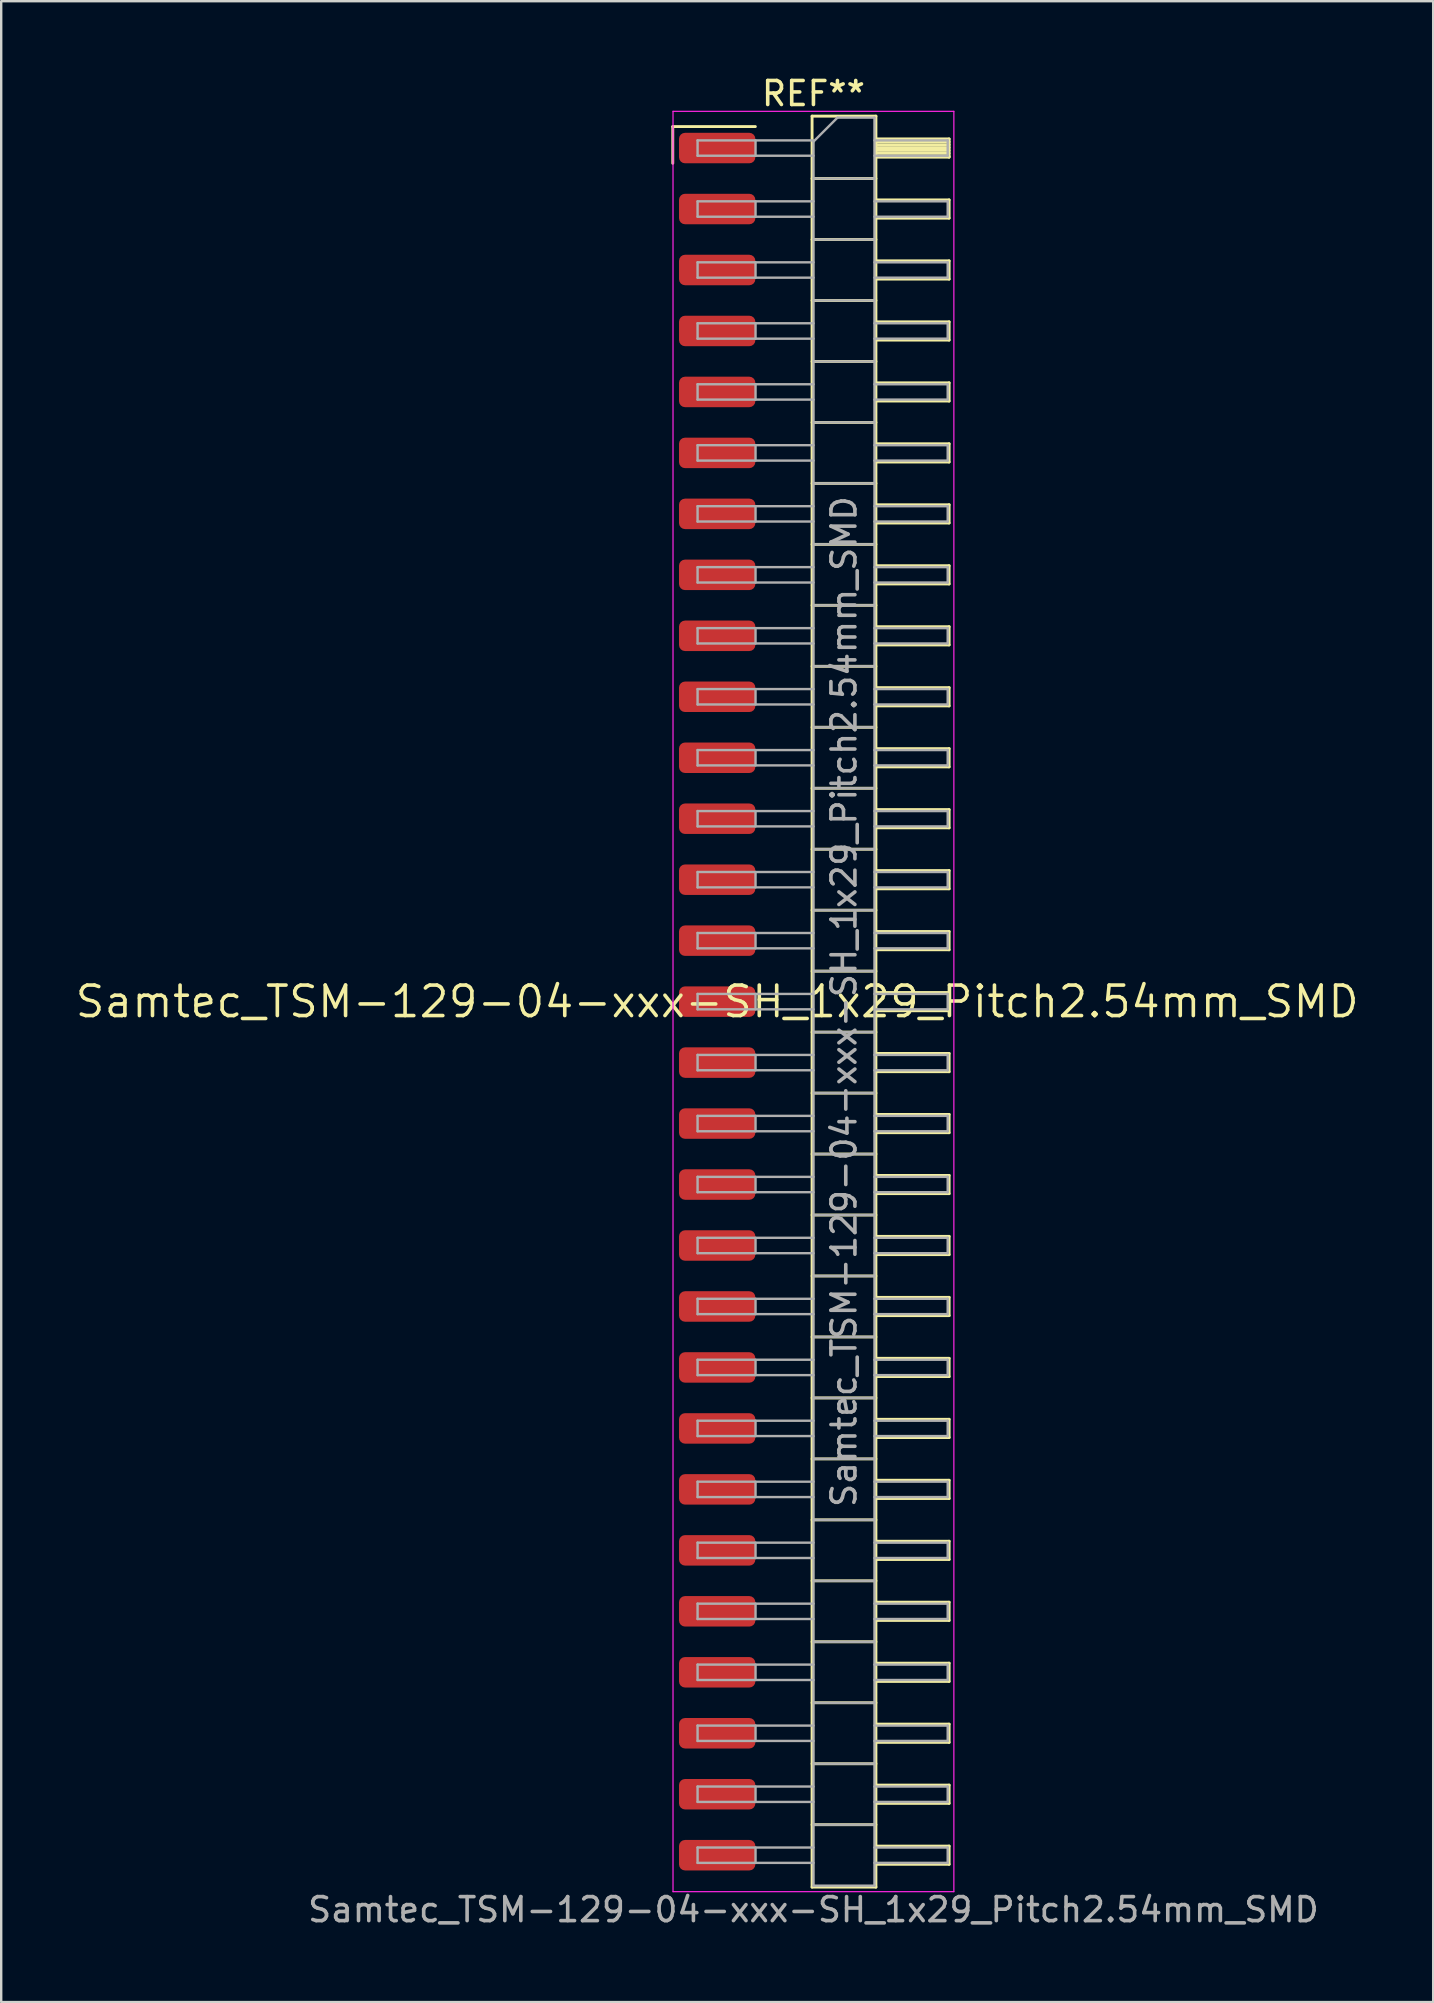
<source format=kicad_pcb>
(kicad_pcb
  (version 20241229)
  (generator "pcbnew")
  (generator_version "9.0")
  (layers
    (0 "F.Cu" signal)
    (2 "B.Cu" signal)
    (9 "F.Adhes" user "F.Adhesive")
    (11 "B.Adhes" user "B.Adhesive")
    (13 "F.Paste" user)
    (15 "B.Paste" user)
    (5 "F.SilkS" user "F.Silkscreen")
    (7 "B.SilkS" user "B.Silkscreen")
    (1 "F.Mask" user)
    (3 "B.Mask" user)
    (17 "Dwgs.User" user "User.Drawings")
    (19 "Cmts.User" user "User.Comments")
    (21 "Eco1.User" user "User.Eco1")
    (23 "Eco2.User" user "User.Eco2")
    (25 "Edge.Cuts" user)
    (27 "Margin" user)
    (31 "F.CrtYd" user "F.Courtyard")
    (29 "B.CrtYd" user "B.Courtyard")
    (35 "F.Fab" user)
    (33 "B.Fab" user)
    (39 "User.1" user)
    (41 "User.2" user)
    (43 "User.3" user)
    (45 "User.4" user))
  (footprint "Samtec_TSM-129-04-xxx-SH_1x29_Pitch2.54mm_SMD"
    (layer "F.Cu")
    (at 26.828 38.678)
    (property "Reference" "Samtec_TSM-129-04-xxx-SH_1x29_Pitch2.54mm_SMD" (at 0 0 0) (layer "F.SilkS") (effects (font (size 1.27 1.27) (thickness 0.15))))
    (attr smd)
    (fp_line (start -1.85 -36.455) (end 1.59 -36.455) (stroke (width 0.12) (type solid)) (layer "F.SilkS"))
    (fp_line (start -1.85 -34.925) (end -1.85 -36.455) (stroke (width 0.12) (type solid)) (layer "F.SilkS"))
    (fp_line (start 3.953 -36.89) (end 6.613 -36.89) (stroke (width 0.12) (type solid)) (layer "F.SilkS"))
    (fp_line (start 3.953 -34.29) (end 6.613 -34.29) (stroke (width 0.12) (type solid)) (layer "F.SilkS"))
    (fp_line (start 3.953 -31.75) (end 6.613 -31.75) (stroke (width 0.12) (type solid)) (layer "F.SilkS"))
    (fp_line (start 3.953 -29.21) (end 6.613 -29.21) (stroke (width 0.12) (type solid)) (layer "F.SilkS"))
    (fp_line (start 3.953 -26.67) (end 6.613 -26.67) (stroke (width 0.12) (type solid)) (layer "F.SilkS"))
    (fp_line (start 3.953 -24.13) (end 6.613 -24.13) (stroke (width 0.12) (type solid)) (layer "F.SilkS"))
    (fp_line (start 3.953 -21.59) (end 6.613 -21.59) (stroke (width 0.12) (type solid)) (layer "F.SilkS"))
    (fp_line (start 3.953 -19.05) (end 6.613 -19.05) (stroke (width 0.12) (type solid)) (layer "F.SilkS"))
    (fp_line (start 3.953 -16.51) (end 6.613 -16.51) (stroke (width 0.12) (type solid)) (layer "F.SilkS"))
    (fp_line (start 3.953 -13.97) (end 6.613 -13.97) (stroke (width 0.12) (type solid)) (layer "F.SilkS"))
    (fp_line (start 3.953 -11.43) (end 6.613 -11.43) (stroke (width 0.12) (type solid)) (layer "F.SilkS"))
    (fp_line (start 3.953 -8.89) (end 6.613 -8.89) (stroke (width 0.12) (type solid)) (layer "F.SilkS"))
    (fp_line (start 3.953 -6.35) (end 6.613 -6.35) (stroke (width 0.12) (type solid)) (layer "F.SilkS"))
    (fp_line (start 3.953 -3.81) (end 6.613 -3.81) (stroke (width 0.12) (type solid)) (layer "F.SilkS"))
    (fp_line (start 3.953 -1.27) (end 6.613 -1.27) (stroke (width 0.12) (type solid)) (layer "F.SilkS"))
    (fp_line (start 3.953 1.27) (end 6.613 1.27) (stroke (width 0.12) (type solid)) (layer "F.SilkS"))
    (fp_line (start 3.953 3.81) (end 6.613 3.81) (stroke (width 0.12) (type solid)) (layer "F.SilkS"))
    (fp_line (start 3.953 6.35) (end 6.613 6.35) (stroke (width 0.12) (type solid)) (layer "F.SilkS"))
    (fp_line (start 3.953 8.89) (end 6.613 8.89) (stroke (width 0.12) (type solid)) (layer "F.SilkS"))
    (fp_line (start 3.953 11.43) (end 6.613 11.43) (stroke (width 0.12) (type solid)) (layer "F.SilkS"))
    (fp_line (start 3.953 13.97) (end 6.613 13.97) (stroke (width 0.12) (type solid)) (layer "F.SilkS"))
    (fp_line (start 3.953 16.51) (end 6.613 16.51) (stroke (width 0.12) (type solid)) (layer "F.SilkS"))
    (fp_line (start 3.953 19.05) (end 6.613 19.05) (stroke (width 0.12) (type solid)) (layer "F.SilkS"))
    (fp_line (start 3.953 21.59) (end 6.613 21.59) (stroke (width 0.12) (type solid)) (layer "F.SilkS"))
    (fp_line (start 3.953 24.13) (end 6.613 24.13) (stroke (width 0.12) (type solid)) (layer "F.SilkS"))
    (fp_line (start 3.953 26.67) (end 6.613 26.67) (stroke (width 0.12) (type solid)) (layer "F.SilkS"))
    (fp_line (start 3.953 29.21) (end 6.613 29.21) (stroke (width 0.12) (type solid)) (layer "F.SilkS"))
    (fp_line (start 3.953 31.75) (end 6.613 31.75) (stroke (width 0.12) (type solid)) (layer "F.SilkS"))
    (fp_line (start 3.953 34.29) (end 6.613 34.29) (stroke (width 0.12) (type solid)) (layer "F.SilkS"))
    (fp_line (start 3.953 36.89) (end 3.953 -36.89) (stroke (width 0.12) (type solid)) (layer "F.SilkS"))
    (fp_line (start 6.613 -36.89) (end 6.613 36.89) (stroke (width 0.12) (type solid)) (layer "F.SilkS"))
    (fp_line (start 6.613 -35.94) (end 9.663 -35.94) (stroke (width 0.12) (type solid)) (layer "F.SilkS"))
    (fp_line (start 6.613 -35.82) (end 9.663 -35.82) (stroke (width 0.12) (type solid)) (layer "F.SilkS"))
    (fp_line (start 6.613 -35.7) (end 9.663 -35.7) (stroke (width 0.12) (type solid)) (layer "F.SilkS"))
    (fp_line (start 6.613 -35.58) (end 9.663 -35.58) (stroke (width 0.12) (type solid)) (layer "F.SilkS"))
    (fp_line (start 6.613 -35.46) (end 9.663 -35.46) (stroke (width 0.12) (type solid)) (layer "F.SilkS"))
    (fp_line (start 6.613 -35.34) (end 9.663 -35.34) (stroke (width 0.12) (type solid)) (layer "F.SilkS"))
    (fp_line (start 6.613 -35.22) (end 9.663 -35.22) (stroke (width 0.12) (type solid)) (layer "F.SilkS"))
    (fp_line (start 6.613 -35.18) (end 9.663 -35.18) (stroke (width 0.12) (type solid)) (layer "F.SilkS"))
    (fp_line (start 6.613 -33.4) (end 9.663 -33.4) (stroke (width 0.12) (type solid)) (layer "F.SilkS"))
    (fp_line (start 6.613 -32.64) (end 9.663 -32.64) (stroke (width 0.12) (type solid)) (layer "F.SilkS"))
    (fp_line (start 6.613 -30.86) (end 9.663 -30.86) (stroke (width 0.12) (type solid)) (layer "F.SilkS"))
    (fp_line (start 6.613 -30.1) (end 9.663 -30.1) (stroke (width 0.12) (type solid)) (layer "F.SilkS"))
    (fp_line (start 6.613 -28.32) (end 9.663 -28.32) (stroke (width 0.12) (type solid)) (layer "F.SilkS"))
    (fp_line (start 6.613 -27.56) (end 9.663 -27.56) (stroke (width 0.12) (type solid)) (layer "F.SilkS"))
    (fp_line (start 6.613 -25.78) (end 9.663 -25.78) (stroke (width 0.12) (type solid)) (layer "F.SilkS"))
    (fp_line (start 6.613 -25.02) (end 9.663 -25.02) (stroke (width 0.12) (type solid)) (layer "F.SilkS"))
    (fp_line (start 6.613 -23.24) (end 9.663 -23.24) (stroke (width 0.12) (type solid)) (layer "F.SilkS"))
    (fp_line (start 6.613 -22.48) (end 9.663 -22.48) (stroke (width 0.12) (type solid)) (layer "F.SilkS"))
    (fp_line (start 6.613 -20.7) (end 9.663 -20.7) (stroke (width 0.12) (type solid)) (layer "F.SilkS"))
    (fp_line (start 6.613 -19.94) (end 9.663 -19.94) (stroke (width 0.12) (type solid)) (layer "F.SilkS"))
    (fp_line (start 6.613 -18.16) (end 9.663 -18.16) (stroke (width 0.12) (type solid)) (layer "F.SilkS"))
    (fp_line (start 6.613 -17.4) (end 9.663 -17.4) (stroke (width 0.12) (type solid)) (layer "F.SilkS"))
    (fp_line (start 6.613 -15.62) (end 9.663 -15.62) (stroke (width 0.12) (type solid)) (layer "F.SilkS"))
    (fp_line (start 6.613 -14.86) (end 9.663 -14.86) (stroke (width 0.12) (type solid)) (layer "F.SilkS"))
    (fp_line (start 6.613 -13.08) (end 9.663 -13.08) (stroke (width 0.12) (type solid)) (layer "F.SilkS"))
    (fp_line (start 6.613 -12.32) (end 9.663 -12.32) (stroke (width 0.12) (type solid)) (layer "F.SilkS"))
    (fp_line (start 6.613 -10.54) (end 9.663 -10.54) (stroke (width 0.12) (type solid)) (layer "F.SilkS"))
    (fp_line (start 6.613 -9.78) (end 9.663 -9.78) (stroke (width 0.12) (type solid)) (layer "F.SilkS"))
    (fp_line (start 6.613 -8) (end 9.663 -8) (stroke (width 0.12) (type solid)) (layer "F.SilkS"))
    (fp_line (start 6.613 -7.24) (end 9.663 -7.24) (stroke (width 0.12) (type solid)) (layer "F.SilkS"))
    (fp_line (start 6.613 -5.46) (end 9.663 -5.46) (stroke (width 0.12) (type solid)) (layer "F.SilkS"))
    (fp_line (start 6.613 -4.7) (end 9.663 -4.7) (stroke (width 0.12) (type solid)) (layer "F.SilkS"))
    (fp_line (start 6.613 -2.92) (end 9.663 -2.92) (stroke (width 0.12) (type solid)) (layer "F.SilkS"))
    (fp_line (start 6.613 -2.16) (end 9.663 -2.16) (stroke (width 0.12) (type solid)) (layer "F.SilkS"))
    (fp_line (start 6.613 -0.38) (end 9.663 -0.38) (stroke (width 0.12) (type solid)) (layer "F.SilkS"))
    (fp_line (start 6.613 0.38) (end 9.663 0.38) (stroke (width 0.12) (type solid)) (layer "F.SilkS"))
    (fp_line (start 6.613 2.16) (end 9.663 2.16) (stroke (width 0.12) (type solid)) (layer "F.SilkS"))
    (fp_line (start 6.613 2.92) (end 9.663 2.92) (stroke (width 0.12) (type solid)) (layer "F.SilkS"))
    (fp_line (start 6.613 4.7) (end 9.663 4.7) (stroke (width 0.12) (type solid)) (layer "F.SilkS"))
    (fp_line (start 6.613 5.46) (end 9.663 5.46) (stroke (width 0.12) (type solid)) (layer "F.SilkS"))
    (fp_line (start 6.613 7.24) (end 9.663 7.24) (stroke (width 0.12) (type solid)) (layer "F.SilkS"))
    (fp_line (start 6.613 8) (end 9.663 8) (stroke (width 0.12) (type solid)) (layer "F.SilkS"))
    (fp_line (start 6.613 9.78) (end 9.663 9.78) (stroke (width 0.12) (type solid)) (layer "F.SilkS"))
    (fp_line (start 6.613 10.54) (end 9.663 10.54) (stroke (width 0.12) (type solid)) (layer "F.SilkS"))
    (fp_line (start 6.613 12.32) (end 9.663 12.32) (stroke (width 0.12) (type solid)) (layer "F.SilkS"))
    (fp_line (start 6.613 13.08) (end 9.663 13.08) (stroke (width 0.12) (type solid)) (layer "F.SilkS"))
    (fp_line (start 6.613 14.86) (end 9.663 14.86) (stroke (width 0.12) (type solid)) (layer "F.SilkS"))
    (fp_line (start 6.613 15.62) (end 9.663 15.62) (stroke (width 0.12) (type solid)) (layer "F.SilkS"))
    (fp_line (start 6.613 17.4) (end 9.663 17.4) (stroke (width 0.12) (type solid)) (layer "F.SilkS"))
    (fp_line (start 6.613 18.16) (end 9.663 18.16) (stroke (width 0.12) (type solid)) (layer "F.SilkS"))
    (fp_line (start 6.613 19.94) (end 9.663 19.94) (stroke (width 0.12) (type solid)) (layer "F.SilkS"))
    (fp_line (start 6.613 20.7) (end 9.663 20.7) (stroke (width 0.12) (type solid)) (layer "F.SilkS"))
    (fp_line (start 6.613 22.48) (end 9.663 22.48) (stroke (width 0.12) (type solid)) (layer "F.SilkS"))
    (fp_line (start 6.613 23.24) (end 9.663 23.24) (stroke (width 0.12) (type solid)) (layer "F.SilkS"))
    (fp_line (start 6.613 25.02) (end 9.663 25.02) (stroke (width 0.12) (type solid)) (layer "F.SilkS"))
    (fp_line (start 6.613 25.78) (end 9.663 25.78) (stroke (width 0.12) (type solid)) (layer "F.SilkS"))
    (fp_line (start 6.613 27.56) (end 9.663 27.56) (stroke (width 0.12) (type solid)) (layer "F.SilkS"))
    (fp_line (start 6.613 28.32) (end 9.663 28.32) (stroke (width 0.12) (type solid)) (layer "F.SilkS"))
    (fp_line (start 6.613 30.1) (end 9.663 30.1) (stroke (width 0.12) (type solid)) (layer "F.SilkS"))
    (fp_line (start 6.613 30.86) (end 9.663 30.86) (stroke (width 0.12) (type solid)) (layer "F.SilkS"))
    (fp_line (start 6.613 32.64) (end 9.663 32.64) (stroke (width 0.12) (type solid)) (layer "F.SilkS"))
    (fp_line (start 6.613 33.4) (end 9.663 33.4) (stroke (width 0.12) (type solid)) (layer "F.SilkS"))
    (fp_line (start 6.613 35.18) (end 9.663 35.18) (stroke (width 0.12) (type solid)) (layer "F.SilkS"))
    (fp_line (start 6.613 35.94) (end 9.663 35.94) (stroke (width 0.12) (type solid)) (layer "F.SilkS"))
    (fp_line (start 6.613 36.89) (end 3.953 36.89) (stroke (width 0.12) (type solid)) (layer "F.SilkS"))
    (fp_line (start 9.663 -35.94) (end 9.663 -35.18) (stroke (width 0.12) (type solid)) (layer "F.SilkS"))
    (fp_line (start 9.663 -33.4) (end 9.663 -32.64) (stroke (width 0.12) (type solid)) (layer "F.SilkS"))
    (fp_line (start 9.663 -30.86) (end 9.663 -30.1) (stroke (width 0.12) (type solid)) (layer "F.SilkS"))
    (fp_line (start 9.663 -28.32) (end 9.663 -27.56) (stroke (width 0.12) (type solid)) (layer "F.SilkS"))
    (fp_line (start 9.663 -25.78) (end 9.663 -25.02) (stroke (width 0.12) (type solid)) (layer "F.SilkS"))
    (fp_line (start 9.663 -23.24) (end 9.663 -22.48) (stroke (width 0.12) (type solid)) (layer "F.SilkS"))
    (fp_line (start 9.663 -20.7) (end 9.663 -19.94) (stroke (width 0.12) (type solid)) (layer "F.SilkS"))
    (fp_line (start 9.663 -18.16) (end 9.663 -17.4) (stroke (width 0.12) (type solid)) (layer "F.SilkS"))
    (fp_line (start 9.663 -15.62) (end 9.663 -14.86) (stroke (width 0.12) (type solid)) (layer "F.SilkS"))
    (fp_line (start 9.663 -13.08) (end 9.663 -12.32) (stroke (width 0.12) (type solid)) (layer "F.SilkS"))
    (fp_line (start 9.663 -10.54) (end 9.663 -9.78) (stroke (width 0.12) (type solid)) (layer "F.SilkS"))
    (fp_line (start 9.663 -8) (end 9.663 -7.24) (stroke (width 0.12) (type solid)) (layer "F.SilkS"))
    (fp_line (start 9.663 -5.46) (end 9.663 -4.7) (stroke (width 0.12) (type solid)) (layer "F.SilkS"))
    (fp_line (start 9.663 -2.92) (end 9.663 -2.16) (stroke (width 0.12) (type solid)) (layer "F.SilkS"))
    (fp_line (start 9.663 -0.38) (end 9.663 0.38) (stroke (width 0.12) (type solid)) (layer "F.SilkS"))
    (fp_line (start 9.663 2.16) (end 9.663 2.92) (stroke (width 0.12) (type solid)) (layer "F.SilkS"))
    (fp_line (start 9.663 4.7) (end 9.663 5.46) (stroke (width 0.12) (type solid)) (layer "F.SilkS"))
    (fp_line (start 9.663 7.24) (end 9.663 8) (stroke (width 0.12) (type solid)) (layer "F.SilkS"))
    (fp_line (start 9.663 9.78) (end 9.663 10.54) (stroke (width 0.12) (type solid)) (layer "F.SilkS"))
    (fp_line (start 9.663 12.32) (end 9.663 13.08) (stroke (width 0.12) (type solid)) (layer "F.SilkS"))
    (fp_line (start 9.663 14.86) (end 9.663 15.62) (stroke (width 0.12) (type solid)) (layer "F.SilkS"))
    (fp_line (start 9.663 17.4) (end 9.663 18.16) (stroke (width 0.12) (type solid)) (layer "F.SilkS"))
    (fp_line (start 9.663 19.94) (end 9.663 20.7) (stroke (width 0.12) (type solid)) (layer "F.SilkS"))
    (fp_line (start 9.663 22.48) (end 9.663 23.24) (stroke (width 0.12) (type solid)) (layer "F.SilkS"))
    (fp_line (start 9.663 25.02) (end 9.663 25.78) (stroke (width 0.12) (type solid)) (layer "F.SilkS"))
    (fp_line (start 9.663 27.56) (end 9.663 28.32) (stroke (width 0.12) (type solid)) (layer "F.SilkS"))
    (fp_line (start 9.663 30.1) (end 9.663 30.86) (stroke (width 0.12) (type solid)) (layer "F.SilkS"))
    (fp_line (start 9.663 32.64) (end 9.663 33.4) (stroke (width 0.12) (type solid)) (layer "F.SilkS"))
    (fp_line (start 9.663 35.18) (end 9.663 35.94) (stroke (width 0.12) (type solid)) (layer "F.SilkS"))
    (fp_line (start -1.84 -37.09) (end 9.86 -37.09) (stroke (width 0.05) (type solid)) (layer "F.CrtYd"))
    (fp_line (start -1.84 37.08) (end -1.84 -37.09) (stroke (width 0.05) (type solid)) (layer "F.CrtYd"))
    (fp_line (start 9.86 -37.09) (end 9.86 37.08) (stroke (width 0.05) (type solid)) (layer "F.CrtYd"))
    (fp_line (start 9.86 37.08) (end -1.84 37.08) (stroke (width 0.05) (type solid)) (layer "F.CrtYd"))
    (fp_line (start -0.817 -35.88) (end -0.817 -35.24) (stroke (width 0.1) (type solid)) (layer "F.Fab"))
    (fp_line (start -0.817 -35.88) (end 4.013 -35.88) (stroke (width 0.1) (type solid)) (layer "F.Fab"))
    (fp_line (start -0.817 -35.24) (end 4.013 -35.24) (stroke (width 0.1) (type solid)) (layer "F.Fab"))
    (fp_line (start -0.817 -33.34) (end -0.817 -32.7) (stroke (width 0.1) (type solid)) (layer "F.Fab"))
    (fp_line (start -0.817 -33.34) (end 4.013 -33.34) (stroke (width 0.1) (type solid)) (layer "F.Fab"))
    (fp_line (start -0.817 -32.7) (end 4.013 -32.7) (stroke (width 0.1) (type solid)) (layer "F.Fab"))
    (fp_line (start -0.817 -30.8) (end -0.817 -30.16) (stroke (width 0.1) (type solid)) (layer "F.Fab"))
    (fp_line (start -0.817 -30.8) (end 4.013 -30.8) (stroke (width 0.1) (type solid)) (layer "F.Fab"))
    (fp_line (start -0.817 -30.16) (end 4.013 -30.16) (stroke (width 0.1) (type solid)) (layer "F.Fab"))
    (fp_line (start -0.817 -28.26) (end -0.817 -27.62) (stroke (width 0.1) (type solid)) (layer "F.Fab"))
    (fp_line (start -0.817 -28.26) (end 4.013 -28.26) (stroke (width 0.1) (type solid)) (layer "F.Fab"))
    (fp_line (start -0.817 -27.62) (end 4.013 -27.62) (stroke (width 0.1) (type solid)) (layer "F.Fab"))
    (fp_line (start -0.817 -25.72) (end -0.817 -25.08) (stroke (width 0.1) (type solid)) (layer "F.Fab"))
    (fp_line (start -0.817 -25.72) (end 4.013 -25.72) (stroke (width 0.1) (type solid)) (layer "F.Fab"))
    (fp_line (start -0.817 -25.08) (end 4.013 -25.08) (stroke (width 0.1) (type solid)) (layer "F.Fab"))
    (fp_line (start -0.817 -23.18) (end -0.817 -22.54) (stroke (width 0.1) (type solid)) (layer "F.Fab"))
    (fp_line (start -0.817 -23.18) (end 4.013 -23.18) (stroke (width 0.1) (type solid)) (layer "F.Fab"))
    (fp_line (start -0.817 -22.54) (end 4.013 -22.54) (stroke (width 0.1) (type solid)) (layer "F.Fab"))
    (fp_line (start -0.817 -20.64) (end -0.817 -20) (stroke (width 0.1) (type solid)) (layer "F.Fab"))
    (fp_line (start -0.817 -20.64) (end 4.013 -20.64) (stroke (width 0.1) (type solid)) (layer "F.Fab"))
    (fp_line (start -0.817 -20) (end 4.013 -20) (stroke (width 0.1) (type solid)) (layer "F.Fab"))
    (fp_line (start -0.817 -18.1) (end -0.817 -17.46) (stroke (width 0.1) (type solid)) (layer "F.Fab"))
    (fp_line (start -0.817 -18.1) (end 4.013 -18.1) (stroke (width 0.1) (type solid)) (layer "F.Fab"))
    (fp_line (start -0.817 -17.46) (end 4.013 -17.46) (stroke (width 0.1) (type solid)) (layer "F.Fab"))
    (fp_line (start -0.817 -15.56) (end -0.817 -14.92) (stroke (width 0.1) (type solid)) (layer "F.Fab"))
    (fp_line (start -0.817 -15.56) (end 4.013 -15.56) (stroke (width 0.1) (type solid)) (layer "F.Fab"))
    (fp_line (start -0.817 -14.92) (end 4.013 -14.92) (stroke (width 0.1) (type solid)) (layer "F.Fab"))
    (fp_line (start -0.817 -13.02) (end -0.817 -12.38) (stroke (width 0.1) (type solid)) (layer "F.Fab"))
    (fp_line (start -0.817 -13.02) (end 4.013 -13.02) (stroke (width 0.1) (type solid)) (layer "F.Fab"))
    (fp_line (start -0.817 -12.38) (end 4.013 -12.38) (stroke (width 0.1) (type solid)) (layer "F.Fab"))
    (fp_line (start -0.817 -10.48) (end -0.817 -9.84) (stroke (width 0.1) (type solid)) (layer "F.Fab"))
    (fp_line (start -0.817 -10.48) (end 4.013 -10.48) (stroke (width 0.1) (type solid)) (layer "F.Fab"))
    (fp_line (start -0.817 -9.84) (end 4.013 -9.84) (stroke (width 0.1) (type solid)) (layer "F.Fab"))
    (fp_line (start -0.817 -7.94) (end -0.817 -7.3) (stroke (width 0.1) (type solid)) (layer "F.Fab"))
    (fp_line (start -0.817 -7.94) (end 4.013 -7.94) (stroke (width 0.1) (type solid)) (layer "F.Fab"))
    (fp_line (start -0.817 -7.3) (end 4.013 -7.3) (stroke (width 0.1) (type solid)) (layer "F.Fab"))
    (fp_line (start -0.817 -5.4) (end -0.817 -4.76) (stroke (width 0.1) (type solid)) (layer "F.Fab"))
    (fp_line (start -0.817 -5.4) (end 4.013 -5.4) (stroke (width 0.1) (type solid)) (layer "F.Fab"))
    (fp_line (start -0.817 -4.76) (end 4.013 -4.76) (stroke (width 0.1) (type solid)) (layer "F.Fab"))
    (fp_line (start -0.817 -2.86) (end -0.817 -2.22) (stroke (width 0.1) (type solid)) (layer "F.Fab"))
    (fp_line (start -0.817 -2.86) (end 4.013 -2.86) (stroke (width 0.1) (type solid)) (layer "F.Fab"))
    (fp_line (start -0.817 -2.22) (end 4.013 -2.22) (stroke (width 0.1) (type solid)) (layer "F.Fab"))
    (fp_line (start -0.817 -0.32) (end -0.817 0.32) (stroke (width 0.1) (type solid)) (layer "F.Fab"))
    (fp_line (start -0.817 -0.32) (end 4.013 -0.32) (stroke (width 0.1) (type solid)) (layer "F.Fab"))
    (fp_line (start -0.817 0.32) (end 4.013 0.32) (stroke (width 0.1) (type solid)) (layer "F.Fab"))
    (fp_line (start -0.817 2.22) (end -0.817 2.86) (stroke (width 0.1) (type solid)) (layer "F.Fab"))
    (fp_line (start -0.817 2.22) (end 4.013 2.22) (stroke (width 0.1) (type solid)) (layer "F.Fab"))
    (fp_line (start -0.817 2.86) (end 4.013 2.86) (stroke (width 0.1) (type solid)) (layer "F.Fab"))
    (fp_line (start -0.817 4.76) (end -0.817 5.4) (stroke (width 0.1) (type solid)) (layer "F.Fab"))
    (fp_line (start -0.817 4.76) (end 4.013 4.76) (stroke (width 0.1) (type solid)) (layer "F.Fab"))
    (fp_line (start -0.817 5.4) (end 4.013 5.4) (stroke (width 0.1) (type solid)) (layer "F.Fab"))
    (fp_line (start -0.817 7.3) (end -0.817 7.94) (stroke (width 0.1) (type solid)) (layer "F.Fab"))
    (fp_line (start -0.817 7.3) (end 4.013 7.3) (stroke (width 0.1) (type solid)) (layer "F.Fab"))
    (fp_line (start -0.817 7.94) (end 4.013 7.94) (stroke (width 0.1) (type solid)) (layer "F.Fab"))
    (fp_line (start -0.817 9.84) (end -0.817 10.48) (stroke (width 0.1) (type solid)) (layer "F.Fab"))
    (fp_line (start -0.817 9.84) (end 4.013 9.84) (stroke (width 0.1) (type solid)) (layer "F.Fab"))
    (fp_line (start -0.817 10.48) (end 4.013 10.48) (stroke (width 0.1) (type solid)) (layer "F.Fab"))
    (fp_line (start -0.817 12.38) (end -0.817 13.02) (stroke (width 0.1) (type solid)) (layer "F.Fab"))
    (fp_line (start -0.817 12.38) (end 4.013 12.38) (stroke (width 0.1) (type solid)) (layer "F.Fab"))
    (fp_line (start -0.817 13.02) (end 4.013 13.02) (stroke (width 0.1) (type solid)) (layer "F.Fab"))
    (fp_line (start -0.817 14.92) (end -0.817 15.56) (stroke (width 0.1) (type solid)) (layer "F.Fab"))
    (fp_line (start -0.817 14.92) (end 4.013 14.92) (stroke (width 0.1) (type solid)) (layer "F.Fab"))
    (fp_line (start -0.817 15.56) (end 4.013 15.56) (stroke (width 0.1) (type solid)) (layer "F.Fab"))
    (fp_line (start -0.817 17.46) (end -0.817 18.1) (stroke (width 0.1) (type solid)) (layer "F.Fab"))
    (fp_line (start -0.817 17.46) (end 4.013 17.46) (stroke (width 0.1) (type solid)) (layer "F.Fab"))
    (fp_line (start -0.817 18.1) (end 4.013 18.1) (stroke (width 0.1) (type solid)) (layer "F.Fab"))
    (fp_line (start -0.817 20) (end -0.817 20.64) (stroke (width 0.1) (type solid)) (layer "F.Fab"))
    (fp_line (start -0.817 20) (end 4.013 20) (stroke (width 0.1) (type solid)) (layer "F.Fab"))
    (fp_line (start -0.817 20.64) (end 4.013 20.64) (stroke (width 0.1) (type solid)) (layer "F.Fab"))
    (fp_line (start -0.817 22.54) (end -0.817 23.18) (stroke (width 0.1) (type solid)) (layer "F.Fab"))
    (fp_line (start -0.817 22.54) (end 4.013 22.54) (stroke (width 0.1) (type solid)) (layer "F.Fab"))
    (fp_line (start -0.817 23.18) (end 4.013 23.18) (stroke (width 0.1) (type solid)) (layer "F.Fab"))
    (fp_line (start -0.817 25.08) (end -0.817 25.72) (stroke (width 0.1) (type solid)) (layer "F.Fab"))
    (fp_line (start -0.817 25.08) (end 4.013 25.08) (stroke (width 0.1) (type solid)) (layer "F.Fab"))
    (fp_line (start -0.817 25.72) (end 4.013 25.72) (stroke (width 0.1) (type solid)) (layer "F.Fab"))
    (fp_line (start -0.817 27.62) (end -0.817 28.26) (stroke (width 0.1) (type solid)) (layer "F.Fab"))
    (fp_line (start -0.817 27.62) (end 4.013 27.62) (stroke (width 0.1) (type solid)) (layer "F.Fab"))
    (fp_line (start -0.817 28.26) (end 4.013 28.26) (stroke (width 0.1) (type solid)) (layer "F.Fab"))
    (fp_line (start -0.817 30.16) (end -0.817 30.8) (stroke (width 0.1) (type solid)) (layer "F.Fab"))
    (fp_line (start -0.817 30.16) (end 4.013 30.16) (stroke (width 0.1) (type solid)) (layer "F.Fab"))
    (fp_line (start -0.817 30.8) (end 4.013 30.8) (stroke (width 0.1) (type solid)) (layer "F.Fab"))
    (fp_line (start -0.817 32.7) (end -0.817 33.34) (stroke (width 0.1) (type solid)) (layer "F.Fab"))
    (fp_line (start -0.817 32.7) (end 4.013 32.7) (stroke (width 0.1) (type solid)) (layer "F.Fab"))
    (fp_line (start -0.817 33.34) (end 4.013 33.34) (stroke (width 0.1) (type solid)) (layer "F.Fab"))
    (fp_line (start -0.817 35.24) (end -0.817 35.88) (stroke (width 0.1) (type solid)) (layer "F.Fab"))
    (fp_line (start -0.817 35.24) (end 4.013 35.24) (stroke (width 0.1) (type solid)) (layer "F.Fab"))
    (fp_line (start -0.817 35.88) (end 4.013 35.88) (stroke (width 0.1) (type solid)) (layer "F.Fab"))
    (fp_line (start 1.598 -35.88) (end 1.598 -35.24) (stroke (width 0.1) (type solid)) (layer "F.Fab"))
    (fp_line (start 1.598 -33.34) (end 1.598 -32.7) (stroke (width 0.1) (type solid)) (layer "F.Fab"))
    (fp_line (start 1.598 -30.8) (end 1.598 -30.16) (stroke (width 0.1) (type solid)) (layer "F.Fab"))
    (fp_line (start 1.598 -28.26) (end 1.598 -27.62) (stroke (width 0.1) (type solid)) (layer "F.Fab"))
    (fp_line (start 1.598 -25.72) (end 1.598 -25.08) (stroke (width 0.1) (type solid)) (layer "F.Fab"))
    (fp_line (start 1.598 -23.18) (end 1.598 -22.54) (stroke (width 0.1) (type solid)) (layer "F.Fab"))
    (fp_line (start 1.598 -20.64) (end 1.598 -20) (stroke (width 0.1) (type solid)) (layer "F.Fab"))
    (fp_line (start 1.598 -18.1) (end 1.598 -17.46) (stroke (width 0.1) (type solid)) (layer "F.Fab"))
    (fp_line (start 1.598 -15.56) (end 1.598 -14.92) (stroke (width 0.1) (type solid)) (layer "F.Fab"))
    (fp_line (start 1.598 -13.02) (end 1.598 -12.38) (stroke (width 0.1) (type solid)) (layer "F.Fab"))
    (fp_line (start 1.598 -10.48) (end 1.598 -9.84) (stroke (width 0.1) (type solid)) (layer "F.Fab"))
    (fp_line (start 1.598 -7.94) (end 1.598 -7.3) (stroke (width 0.1) (type solid)) (layer "F.Fab"))
    (fp_line (start 1.598 -5.4) (end 1.598 -4.76) (stroke (width 0.1) (type solid)) (layer "F.Fab"))
    (fp_line (start 1.598 -2.86) (end 1.598 -2.22) (stroke (width 0.1) (type solid)) (layer "F.Fab"))
    (fp_line (start 1.598 -0.32) (end 1.598 0.32) (stroke (width 0.1) (type solid)) (layer "F.Fab"))
    (fp_line (start 1.598 2.22) (end 1.598 2.86) (stroke (width 0.1) (type solid)) (layer "F.Fab"))
    (fp_line (start 1.598 4.76) (end 1.598 5.4) (stroke (width 0.1) (type solid)) (layer "F.Fab"))
    (fp_line (start 1.598 7.3) (end 1.598 7.94) (stroke (width 0.1) (type solid)) (layer "F.Fab"))
    (fp_line (start 1.598 9.84) (end 1.598 10.48) (stroke (width 0.1) (type solid)) (layer "F.Fab"))
    (fp_line (start 1.598 12.38) (end 1.598 13.02) (stroke (width 0.1) (type solid)) (layer "F.Fab"))
    (fp_line (start 1.598 14.92) (end 1.598 15.56) (stroke (width 0.1) (type solid)) (layer "F.Fab"))
    (fp_line (start 1.598 17.46) (end 1.598 18.1) (stroke (width 0.1) (type solid)) (layer "F.Fab"))
    (fp_line (start 1.598 20) (end 1.598 20.64) (stroke (width 0.1) (type solid)) (layer "F.Fab"))
    (fp_line (start 1.598 22.54) (end 1.598 23.18) (stroke (width 0.1) (type solid)) (layer "F.Fab"))
    (fp_line (start 1.598 25.08) (end 1.598 25.72) (stroke (width 0.1) (type solid)) (layer "F.Fab"))
    (fp_line (start 1.598 27.62) (end 1.598 28.26) (stroke (width 0.1) (type solid)) (layer "F.Fab"))
    (fp_line (start 1.598 30.16) (end 1.598 30.8) (stroke (width 0.1) (type solid)) (layer "F.Fab"))
    (fp_line (start 1.598 32.7) (end 1.598 33.34) (stroke (width 0.1) (type solid)) (layer "F.Fab"))
    (fp_line (start 1.598 35.24) (end 1.598 35.88) (stroke (width 0.1) (type solid)) (layer "F.Fab"))
    (fp_line (start 4.013 -35.83) (end 5.013 -36.83) (stroke (width 0.1) (type solid)) (layer "F.Fab"))
    (fp_line (start 4.013 -34.29) (end 6.553 -34.29) (stroke (width 0.1) (type solid)) (layer "F.Fab"))
    (fp_line (start 4.013 -31.75) (end 6.553 -31.75) (stroke (width 0.1) (type solid)) (layer "F.Fab"))
    (fp_line (start 4.013 -29.21) (end 6.553 -29.21) (stroke (width 0.1) (type solid)) (layer "F.Fab"))
    (fp_line (start 4.013 -26.67) (end 6.553 -26.67) (stroke (width 0.1) (type solid)) (layer "F.Fab"))
    (fp_line (start 4.013 -24.13) (end 6.553 -24.13) (stroke (width 0.1) (type solid)) (layer "F.Fab"))
    (fp_line (start 4.013 -21.59) (end 6.553 -21.59) (stroke (width 0.1) (type solid)) (layer "F.Fab"))
    (fp_line (start 4.013 -19.05) (end 6.553 -19.05) (stroke (width 0.1) (type solid)) (layer "F.Fab"))
    (fp_line (start 4.013 -16.51) (end 6.553 -16.51) (stroke (width 0.1) (type solid)) (layer "F.Fab"))
    (fp_line (start 4.013 -13.97) (end 6.553 -13.97) (stroke (width 0.1) (type solid)) (layer "F.Fab"))
    (fp_line (start 4.013 -11.43) (end 6.553 -11.43) (stroke (width 0.1) (type solid)) (layer "F.Fab"))
    (fp_line (start 4.013 -8.89) (end 6.553 -8.89) (stroke (width 0.1) (type solid)) (layer "F.Fab"))
    (fp_line (start 4.013 -6.35) (end 6.553 -6.35) (stroke (width 0.1) (type solid)) (layer "F.Fab"))
    (fp_line (start 4.013 -3.81) (end 6.553 -3.81) (stroke (width 0.1) (type solid)) (layer "F.Fab"))
    (fp_line (start 4.013 -1.27) (end 6.553 -1.27) (stroke (width 0.1) (type solid)) (layer "F.Fab"))
    (fp_line (start 4.013 1.27) (end 6.553 1.27) (stroke (width 0.1) (type solid)) (layer "F.Fab"))
    (fp_line (start 4.013 3.81) (end 6.553 3.81) (stroke (width 0.1) (type solid)) (layer "F.Fab"))
    (fp_line (start 4.013 6.35) (end 6.553 6.35) (stroke (width 0.1) (type solid)) (layer "F.Fab"))
    (fp_line (start 4.013 8.89) (end 6.553 8.89) (stroke (width 0.1) (type solid)) (layer "F.Fab"))
    (fp_line (start 4.013 11.43) (end 6.553 11.43) (stroke (width 0.1) (type solid)) (layer "F.Fab"))
    (fp_line (start 4.013 13.97) (end 6.553 13.97) (stroke (width 0.1) (type solid)) (layer "F.Fab"))
    (fp_line (start 4.013 16.51) (end 6.553 16.51) (stroke (width 0.1) (type solid)) (layer "F.Fab"))
    (fp_line (start 4.013 19.05) (end 6.553 19.05) (stroke (width 0.1) (type solid)) (layer "F.Fab"))
    (fp_line (start 4.013 21.59) (end 6.553 21.59) (stroke (width 0.1) (type solid)) (layer "F.Fab"))
    (fp_line (start 4.013 24.13) (end 6.553 24.13) (stroke (width 0.1) (type solid)) (layer "F.Fab"))
    (fp_line (start 4.013 26.67) (end 6.553 26.67) (stroke (width 0.1) (type solid)) (layer "F.Fab"))
    (fp_line (start 4.013 29.21) (end 6.553 29.21) (stroke (width 0.1) (type solid)) (layer "F.Fab"))
    (fp_line (start 4.013 31.75) (end 6.553 31.75) (stroke (width 0.1) (type solid)) (layer "F.Fab"))
    (fp_line (start 4.013 34.29) (end 6.553 34.29) (stroke (width 0.1) (type solid)) (layer "F.Fab"))
    (fp_line (start 4.013 36.83) (end 4.013 -35.83) (stroke (width 0.1) (type solid)) (layer "F.Fab"))
    (fp_line (start 5.013 -36.83) (end 6.553 -36.83) (stroke (width 0.1) (type solid)) (layer "F.Fab"))
    (fp_line (start 6.553 -36.83) (end 6.553 36.83) (stroke (width 0.1) (type solid)) (layer "F.Fab"))
    (fp_line (start 6.553 -35.88) (end 9.603 -35.88) (stroke (width 0.1) (type solid)) (layer "F.Fab"))
    (fp_line (start 6.553 -35.24) (end 9.603 -35.24) (stroke (width 0.1) (type solid)) (layer "F.Fab"))
    (fp_line (start 6.553 -33.34) (end 9.603 -33.34) (stroke (width 0.1) (type solid)) (layer "F.Fab"))
    (fp_line (start 6.553 -32.7) (end 9.603 -32.7) (stroke (width 0.1) (type solid)) (layer "F.Fab"))
    (fp_line (start 6.553 -30.8) (end 9.603 -30.8) (stroke (width 0.1) (type solid)) (layer "F.Fab"))
    (fp_line (start 6.553 -30.16) (end 9.603 -30.16) (stroke (width 0.1) (type solid)) (layer "F.Fab"))
    (fp_line (start 6.553 -28.26) (end 9.603 -28.26) (stroke (width 0.1) (type solid)) (layer "F.Fab"))
    (fp_line (start 6.553 -27.62) (end 9.603 -27.62) (stroke (width 0.1) (type solid)) (layer "F.Fab"))
    (fp_line (start 6.553 -25.72) (end 9.603 -25.72) (stroke (width 0.1) (type solid)) (layer "F.Fab"))
    (fp_line (start 6.553 -25.08) (end 9.603 -25.08) (stroke (width 0.1) (type solid)) (layer "F.Fab"))
    (fp_line (start 6.553 -23.18) (end 9.603 -23.18) (stroke (width 0.1) (type solid)) (layer "F.Fab"))
    (fp_line (start 6.553 -22.54) (end 9.603 -22.54) (stroke (width 0.1) (type solid)) (layer "F.Fab"))
    (fp_line (start 6.553 -20.64) (end 9.603 -20.64) (stroke (width 0.1) (type solid)) (layer "F.Fab"))
    (fp_line (start 6.553 -20) (end 9.603 -20) (stroke (width 0.1) (type solid)) (layer "F.Fab"))
    (fp_line (start 6.553 -18.1) (end 9.603 -18.1) (stroke (width 0.1) (type solid)) (layer "F.Fab"))
    (fp_line (start 6.553 -17.46) (end 9.603 -17.46) (stroke (width 0.1) (type solid)) (layer "F.Fab"))
    (fp_line (start 6.553 -15.56) (end 9.603 -15.56) (stroke (width 0.1) (type solid)) (layer "F.Fab"))
    (fp_line (start 6.553 -14.92) (end 9.603 -14.92) (stroke (width 0.1) (type solid)) (layer "F.Fab"))
    (fp_line (start 6.553 -13.02) (end 9.603 -13.02) (stroke (width 0.1) (type solid)) (layer "F.Fab"))
    (fp_line (start 6.553 -12.38) (end 9.603 -12.38) (stroke (width 0.1) (type solid)) (layer "F.Fab"))
    (fp_line (start 6.553 -10.48) (end 9.603 -10.48) (stroke (width 0.1) (type solid)) (layer "F.Fab"))
    (fp_line (start 6.553 -9.84) (end 9.603 -9.84) (stroke (width 0.1) (type solid)) (layer "F.Fab"))
    (fp_line (start 6.553 -7.94) (end 9.603 -7.94) (stroke (width 0.1) (type solid)) (layer "F.Fab"))
    (fp_line (start 6.553 -7.3) (end 9.603 -7.3) (stroke (width 0.1) (type solid)) (layer "F.Fab"))
    (fp_line (start 6.553 -5.4) (end 9.603 -5.4) (stroke (width 0.1) (type solid)) (layer "F.Fab"))
    (fp_line (start 6.553 -4.76) (end 9.603 -4.76) (stroke (width 0.1) (type solid)) (layer "F.Fab"))
    (fp_line (start 6.553 -2.86) (end 9.603 -2.86) (stroke (width 0.1) (type solid)) (layer "F.Fab"))
    (fp_line (start 6.553 -2.22) (end 9.603 -2.22) (stroke (width 0.1) (type solid)) (layer "F.Fab"))
    (fp_line (start 6.553 -0.32) (end 9.603 -0.32) (stroke (width 0.1) (type solid)) (layer "F.Fab"))
    (fp_line (start 6.553 0.32) (end 9.603 0.32) (stroke (width 0.1) (type solid)) (layer "F.Fab"))
    (fp_line (start 6.553 2.22) (end 9.603 2.22) (stroke (width 0.1) (type solid)) (layer "F.Fab"))
    (fp_line (start 6.553 2.86) (end 9.603 2.86) (stroke (width 0.1) (type solid)) (layer "F.Fab"))
    (fp_line (start 6.553 4.76) (end 9.603 4.76) (stroke (width 0.1) (type solid)) (layer "F.Fab"))
    (fp_line (start 6.553 5.4) (end 9.603 5.4) (stroke (width 0.1) (type solid)) (layer "F.Fab"))
    (fp_line (start 6.553 7.3) (end 9.603 7.3) (stroke (width 0.1) (type solid)) (layer "F.Fab"))
    (fp_line (start 6.553 7.94) (end 9.603 7.94) (stroke (width 0.1) (type solid)) (layer "F.Fab"))
    (fp_line (start 6.553 9.84) (end 9.603 9.84) (stroke (width 0.1) (type solid)) (layer "F.Fab"))
    (fp_line (start 6.553 10.48) (end 9.603 10.48) (stroke (width 0.1) (type solid)) (layer "F.Fab"))
    (fp_line (start 6.553 12.38) (end 9.603 12.38) (stroke (width 0.1) (type solid)) (layer "F.Fab"))
    (fp_line (start 6.553 13.02) (end 9.603 13.02) (stroke (width 0.1) (type solid)) (layer "F.Fab"))
    (fp_line (start 6.553 14.92) (end 9.603 14.92) (stroke (width 0.1) (type solid)) (layer "F.Fab"))
    (fp_line (start 6.553 15.56) (end 9.603 15.56) (stroke (width 0.1) (type solid)) (layer "F.Fab"))
    (fp_line (start 6.553 17.46) (end 9.603 17.46) (stroke (width 0.1) (type solid)) (layer "F.Fab"))
    (fp_line (start 6.553 18.1) (end 9.603 18.1) (stroke (width 0.1) (type solid)) (layer "F.Fab"))
    (fp_line (start 6.553 20) (end 9.603 20) (stroke (width 0.1) (type solid)) (layer "F.Fab"))
    (fp_line (start 6.553 20.64) (end 9.603 20.64) (stroke (width 0.1) (type solid)) (layer "F.Fab"))
    (fp_line (start 6.553 22.54) (end 9.603 22.54) (stroke (width 0.1) (type solid)) (layer "F.Fab"))
    (fp_line (start 6.553 23.18) (end 9.603 23.18) (stroke (width 0.1) (type solid)) (layer "F.Fab"))
    (fp_line (start 6.553 25.08) (end 9.603 25.08) (stroke (width 0.1) (type solid)) (layer "F.Fab"))
    (fp_line (start 6.553 25.72) (end 9.603 25.72) (stroke (width 0.1) (type solid)) (layer "F.Fab"))
    (fp_line (start 6.553 27.62) (end 9.603 27.62) (stroke (width 0.1) (type solid)) (layer "F.Fab"))
    (fp_line (start 6.553 28.26) (end 9.603 28.26) (stroke (width 0.1) (type solid)) (layer "F.Fab"))
    (fp_line (start 6.553 30.16) (end 9.603 30.16) (stroke (width 0.1) (type solid)) (layer "F.Fab"))
    (fp_line (start 6.553 30.8) (end 9.603 30.8) (stroke (width 0.1) (type solid)) (layer "F.Fab"))
    (fp_line (start 6.553 32.7) (end 9.603 32.7) (stroke (width 0.1) (type solid)) (layer "F.Fab"))
    (fp_line (start 6.553 33.34) (end 9.603 33.34) (stroke (width 0.1) (type solid)) (layer "F.Fab"))
    (fp_line (start 6.553 35.24) (end 9.603 35.24) (stroke (width 0.1) (type solid)) (layer "F.Fab"))
    (fp_line (start 6.553 35.88) (end 9.603 35.88) (stroke (width 0.1) (type solid)) (layer "F.Fab"))
    (fp_line (start 6.553 36.83) (end 4.013 36.83) (stroke (width 0.1) (type solid)) (layer "F.Fab"))
    (fp_line (start 9.603 -35.88) (end 9.603 -35.24) (stroke (width 0.1) (type solid)) (layer "F.Fab"))
    (fp_line (start 9.603 -33.34) (end 9.603 -32.7) (stroke (width 0.1) (type solid)) (layer "F.Fab"))
    (fp_line (start 9.603 -30.8) (end 9.603 -30.16) (stroke (width 0.1) (type solid)) (layer "F.Fab"))
    (fp_line (start 9.603 -28.26) (end 9.603 -27.62) (stroke (width 0.1) (type solid)) (layer "F.Fab"))
    (fp_line (start 9.603 -25.72) (end 9.603 -25.08) (stroke (width 0.1) (type solid)) (layer "F.Fab"))
    (fp_line (start 9.603 -23.18) (end 9.603 -22.54) (stroke (width 0.1) (type solid)) (layer "F.Fab"))
    (fp_line (start 9.603 -20.64) (end 9.603 -20) (stroke (width 0.1) (type solid)) (layer "F.Fab"))
    (fp_line (start 9.603 -18.1) (end 9.603 -17.46) (stroke (width 0.1) (type solid)) (layer "F.Fab"))
    (fp_line (start 9.603 -15.56) (end 9.603 -14.92) (stroke (width 0.1) (type solid)) (layer "F.Fab"))
    (fp_line (start 9.603 -13.02) (end 9.603 -12.38) (stroke (width 0.1) (type solid)) (layer "F.Fab"))
    (fp_line (start 9.603 -10.48) (end 9.603 -9.84) (stroke (width 0.1) (type solid)) (layer "F.Fab"))
    (fp_line (start 9.603 -7.94) (end 9.603 -7.3) (stroke (width 0.1) (type solid)) (layer "F.Fab"))
    (fp_line (start 9.603 -5.4) (end 9.603 -4.76) (stroke (width 0.1) (type solid)) (layer "F.Fab"))
    (fp_line (start 9.603 -2.86) (end 9.603 -2.22) (stroke (width 0.1) (type solid)) (layer "F.Fab"))
    (fp_line (start 9.603 -0.32) (end 9.603 0.32) (stroke (width 0.1) (type solid)) (layer "F.Fab"))
    (fp_line (start 9.603 2.22) (end 9.603 2.86) (stroke (width 0.1) (type solid)) (layer "F.Fab"))
    (fp_line (start 9.603 4.76) (end 9.603 5.4) (stroke (width 0.1) (type solid)) (layer "F.Fab"))
    (fp_line (start 9.603 7.3) (end 9.603 7.94) (stroke (width 0.1) (type solid)) (layer "F.Fab"))
    (fp_line (start 9.603 9.84) (end 9.603 10.48) (stroke (width 0.1) (type solid)) (layer "F.Fab"))
    (fp_line (start 9.603 12.38) (end 9.603 13.02) (stroke (width 0.1) (type solid)) (layer "F.Fab"))
    (fp_line (start 9.603 14.92) (end 9.603 15.56) (stroke (width 0.1) (type solid)) (layer "F.Fab"))
    (fp_line (start 9.603 17.46) (end 9.603 18.1) (stroke (width 0.1) (type solid)) (layer "F.Fab"))
    (fp_line (start 9.603 20) (end 9.603 20.64) (stroke (width 0.1) (type solid)) (layer "F.Fab"))
    (fp_line (start 9.603 22.54) (end 9.603 23.18) (stroke (width 0.1) (type solid)) (layer "F.Fab"))
    (fp_line (start 9.603 25.08) (end 9.603 25.72) (stroke (width 0.1) (type solid)) (layer "F.Fab"))
    (fp_line (start 9.603 27.62) (end 9.603 28.26) (stroke (width 0.1) (type solid)) (layer "F.Fab"))
    (fp_line (start 9.603 30.16) (end 9.603 30.8) (stroke (width 0.1) (type solid)) (layer "F.Fab"))
    (fp_line (start 9.603 32.7) (end 9.603 33.34) (stroke (width 0.1) (type solid)) (layer "F.Fab"))
    (fp_line (start 9.603 35.24) (end 9.603 35.88) (stroke (width 0.1) (type solid)) (layer "F.Fab"))
    (fp_text user "REF**" (at 4.01 -37.83 0) (layer "F.SilkS") (effects (font (size 1 1) (thickness 0.15))))
    (fp_text user "${REFERENCE}" (at 5.283 0 90) (layer "F.Fab") (effects (font (size 1 1) (thickness 0.15))))
    (fp_text user "Samtec_TSM-129-04-xxx-SH_1x29_Pitch2.54mm_SMD" (at 4.01 37.83 0) (layer "F.Fab") (effects (font (size 1 1) (thickness 0.15))))
    (pad "1" smd roundrect (at 0 -35.56) (size 3.18 1.27) (layers "F.Cu" "F.Mask" "F.Paste") (roundrect_rratio 0.197))
    (pad "2" smd roundrect (at 0 -33.02) (size 3.18 1.27) (layers "F.Cu" "F.Mask" "F.Paste") (roundrect_rratio 0.197))
    (pad "3" smd roundrect (at 0 -30.48) (size 3.18 1.27) (layers "F.Cu" "F.Mask" "F.Paste") (roundrect_rratio 0.197))
    (pad "4" smd roundrect (at 0 -27.94) (size 3.18 1.27) (layers "F.Cu" "F.Mask" "F.Paste") (roundrect_rratio 0.197))
    (pad "5" smd roundrect (at 0 -25.4) (size 3.18 1.27) (layers "F.Cu" "F.Mask" "F.Paste") (roundrect_rratio 0.197))
    (pad "6" smd roundrect (at 0 -22.86) (size 3.18 1.27) (layers "F.Cu" "F.Mask" "F.Paste") (roundrect_rratio 0.197))
    (pad "7" smd roundrect (at 0 -20.32) (size 3.18 1.27) (layers "F.Cu" "F.Mask" "F.Paste") (roundrect_rratio 0.197))
    (pad "8" smd roundrect (at 0 -17.78) (size 3.18 1.27) (layers "F.Cu" "F.Mask" "F.Paste") (roundrect_rratio 0.197))
    (pad "9" smd roundrect (at 0 -15.24) (size 3.18 1.27) (layers "F.Cu" "F.Mask" "F.Paste") (roundrect_rratio 0.197))
    (pad "10" smd roundrect (at 0 -12.7) (size 3.18 1.27) (layers "F.Cu" "F.Mask" "F.Paste") (roundrect_rratio 0.197))
    (pad "11" smd roundrect (at 0 -10.16) (size 3.18 1.27) (layers "F.Cu" "F.Mask" "F.Paste") (roundrect_rratio 0.197))
    (pad "12" smd roundrect (at 0 -7.62) (size 3.18 1.27) (layers "F.Cu" "F.Mask" "F.Paste") (roundrect_rratio 0.197))
    (pad "13" smd roundrect (at 0 -5.08) (size 3.18 1.27) (layers "F.Cu" "F.Mask" "F.Paste") (roundrect_rratio 0.197))
    (pad "14" smd roundrect (at 0 -2.54) (size 3.18 1.27) (layers "F.Cu" "F.Mask" "F.Paste") (roundrect_rratio 0.197))
    (pad "15" smd roundrect (at 0 0) (size 3.18 1.27) (layers "F.Cu" "F.Mask" "F.Paste") (roundrect_rratio 0.197))
    (pad "16" smd roundrect (at 0 2.54) (size 3.18 1.27) (layers "F.Cu" "F.Mask" "F.Paste") (roundrect_rratio 0.197))
    (pad "17" smd roundrect (at 0 5.08) (size 3.18 1.27) (layers "F.Cu" "F.Mask" "F.Paste") (roundrect_rratio 0.197))
    (pad "18" smd roundrect (at 0 7.62) (size 3.18 1.27) (layers "F.Cu" "F.Mask" "F.Paste") (roundrect_rratio 0.197))
    (pad "19" smd roundrect (at 0 10.16) (size 3.18 1.27) (layers "F.Cu" "F.Mask" "F.Paste") (roundrect_rratio 0.197))
    (pad "20" smd roundrect (at 0 12.7) (size 3.18 1.27) (layers "F.Cu" "F.Mask" "F.Paste") (roundrect_rratio 0.197))
    (pad "21" smd roundrect (at 0 15.24) (size 3.18 1.27) (layers "F.Cu" "F.Mask" "F.Paste") (roundrect_rratio 0.197))
    (pad "22" smd roundrect (at 0 17.78) (size 3.18 1.27) (layers "F.Cu" "F.Mask" "F.Paste") (roundrect_rratio 0.197))
    (pad "23" smd roundrect (at 0 20.32) (size 3.18 1.27) (layers "F.Cu" "F.Mask" "F.Paste") (roundrect_rratio 0.197))
    (pad "24" smd roundrect (at 0 22.86) (size 3.18 1.27) (layers "F.Cu" "F.Mask" "F.Paste") (roundrect_rratio 0.197))
    (pad "25" smd roundrect (at 0 25.4) (size 3.18 1.27) (layers "F.Cu" "F.Mask" "F.Paste") (roundrect_rratio 0.197))
    (pad "26" smd roundrect (at 0 27.94) (size 3.18 1.27) (layers "F.Cu" "F.Mask" "F.Paste") (roundrect_rratio 0.197))
    (pad "27" smd roundrect (at 0 30.48) (size 3.18 1.27) (layers "F.Cu" "F.Mask" "F.Paste") (roundrect_rratio 0.197))
    (pad "28" smd roundrect (at 0 33.02) (size 3.18 1.27) (layers "F.Cu" "F.Mask" "F.Paste") (roundrect_rratio 0.197))
    (pad "29" smd roundrect (at 0 35.56) (size 3.18 1.27) (layers "F.Cu" "F.Mask" "F.Paste") (roundrect_rratio 0.197)))
  (gr_rect
    (start -3 -3)
    (end 56.657 80.356)
    (stroke (width 0.1) (type default))
    (fill no)
    (layer "Edge.Cuts")))
</source>
